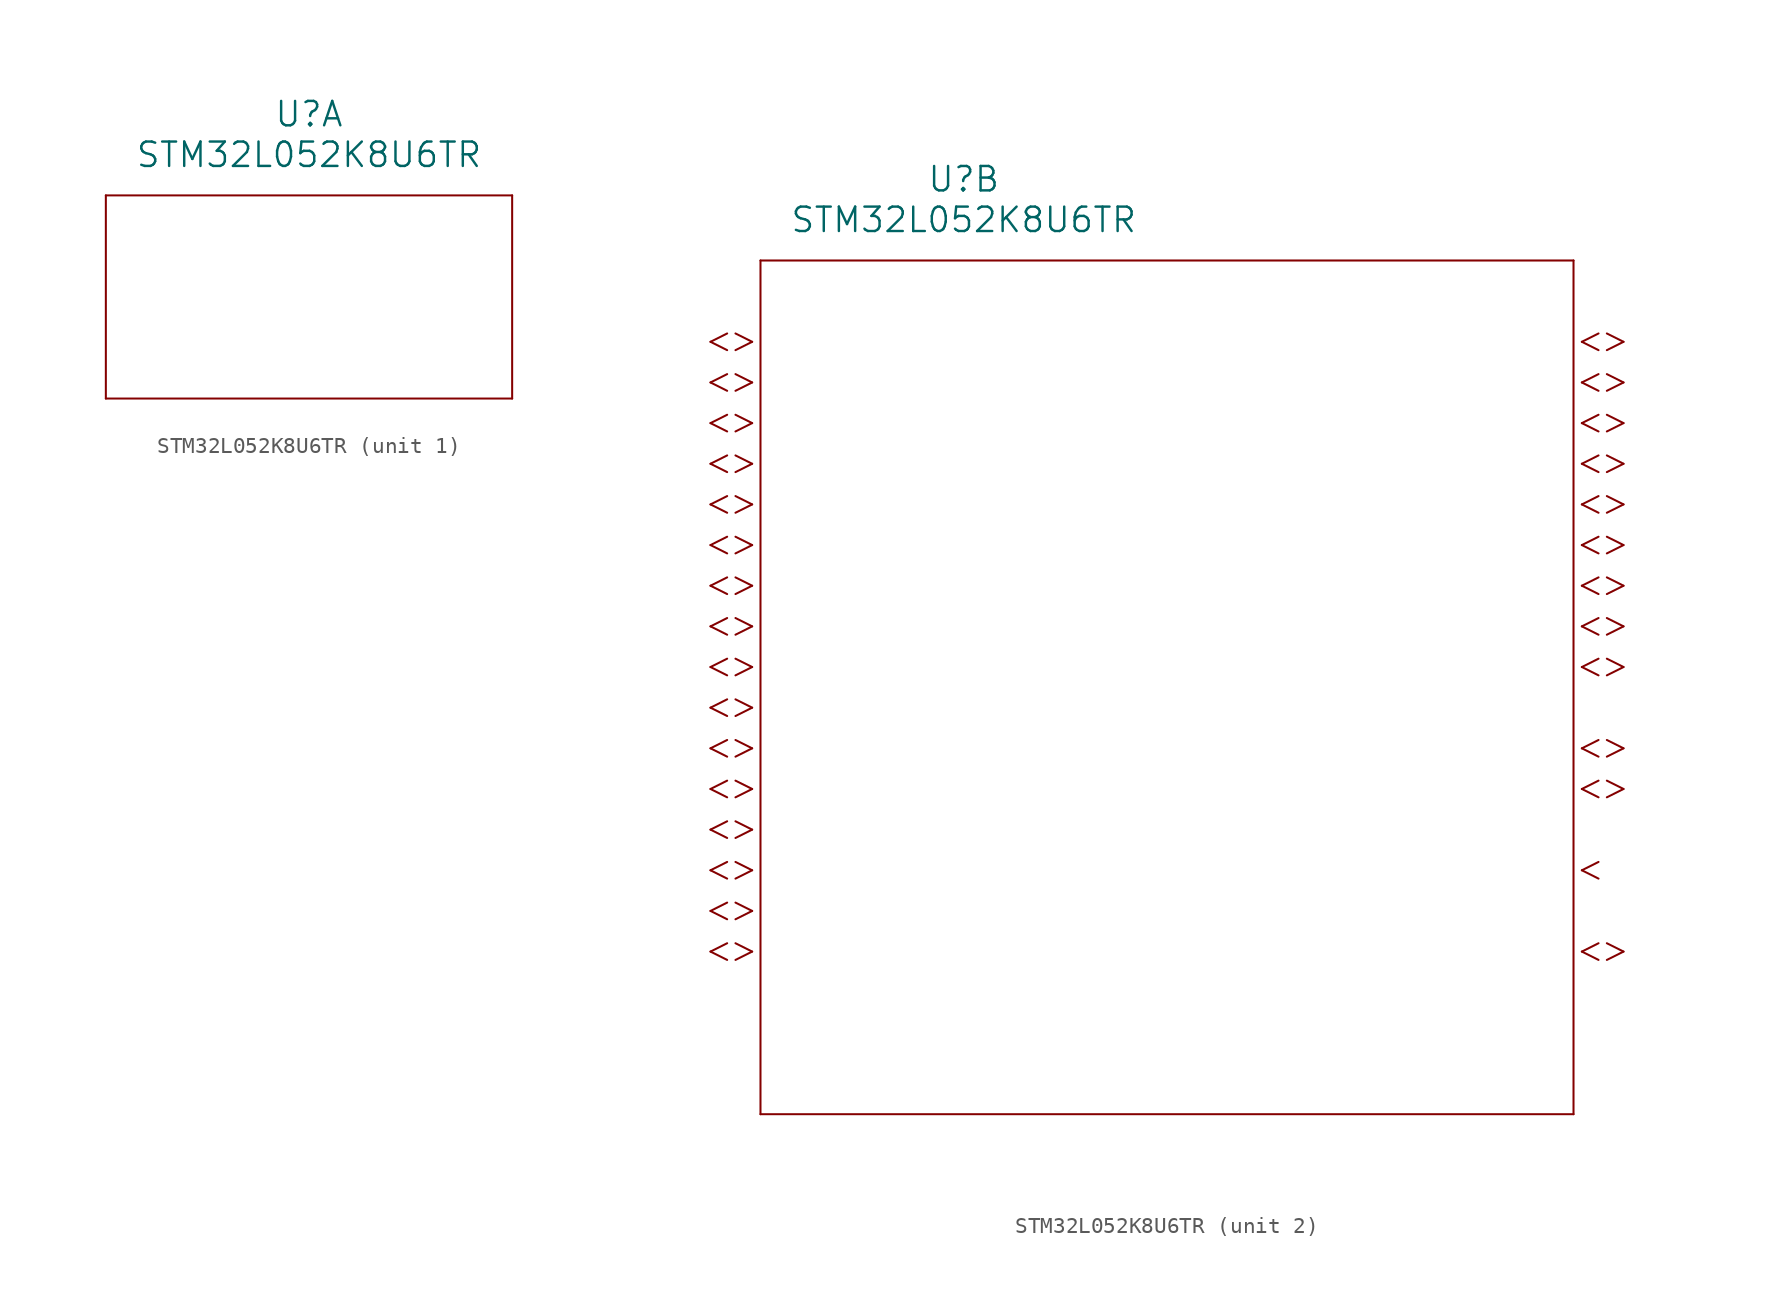
<source format=kicad_sym>
(kicad_symbol_lib
  (version 20211014)
  (generator kicad_symbol_editor)
  (symbol "STM32L052K8U6TR"
    (pin_names
      (offset 0.254))
    (property "Reference" "U"
      (at 20.32 10.16 0)
      (effects (font (size 1.524 1.524))))
    (property "Value" "STM32L052K8U6TR"
      (at 20.32 7.62 0)
      (effects (font (size 1.524 1.524))))
    (symbol "STM32L052K8U6TR_1_1"
      (polyline (pts (xy 7.62 5.08) (xy 7.62 -7.62)) (stroke (width 0.127) (type default) (color 0 0 0 0)) (fill (type none)))
      (polyline (pts (xy 7.62 -7.62) (xy 33.02 -7.62)) (stroke (width 0.127) (type default) (color 0 0 0 0)) (fill (type none)))
      (polyline (pts (xy 33.02 -7.62) (xy 33.02 5.08)) (stroke (width 0.127) (type default) (color 0 0 0 0)) (fill (type none)))
      (polyline (pts (xy 33.02 5.08) (xy 7.62 5.08)) (stroke (width 0.127) (type default) (color 0 0 0 0)) (fill (type none))))
    (symbol "STM32L052K8U6TR_2_1"
      (polyline (pts (xy 7.099 0) (xy 6.058 0.521)) (stroke (width 0.127) (type default) (color 0 0 0 0)) (fill (type none)))
      (polyline (pts (xy 7.099 0) (xy 6.058 -0.521)) (stroke (width 0.127) (type default) (color 0 0 0 0)) (fill (type none)))
      (polyline (pts (xy 5.537 0.521) (xy 4.496 0)) (stroke (width 0.127) (type default) (color 0 0 0 0)) (fill (type none)))
      (polyline (pts (xy 5.537 -0.521) (xy 4.496 0)) (stroke (width 0.127) (type default) (color 0 0 0 0)) (fill (type none)))
      (polyline (pts (xy 7.099 -2.54) (xy 6.058 -2.019)) (stroke (width 0.127) (type default) (color 0 0 0 0)) (fill (type none)))
      (polyline (pts (xy 7.099 -2.54) (xy 6.058 -3.061)) (stroke (width 0.127) (type default) (color 0 0 0 0)) (fill (type none)))
      (polyline (pts (xy 5.537 -2.019) (xy 4.496 -2.54)) (stroke (width 0.127) (type default) (color 0 0 0 0)) (fill (type none)))
      (polyline (pts (xy 5.537 -3.061) (xy 4.496 -2.54)) (stroke (width 0.127) (type default) (color 0 0 0 0)) (fill (type none)))
      (polyline (pts (xy 7.099 -5.08) (xy 6.058 -4.559)) (stroke (width 0.127) (type default) (color 0 0 0 0)) (fill (type none)))
      (polyline (pts (xy 7.099 -5.08) (xy 6.058 -5.601)) (stroke (width 0.127) (type default) (color 0 0 0 0)) (fill (type none)))
      (polyline (pts (xy 5.537 -4.559) (xy 4.496 -5.08)) (stroke (width 0.127) (type default) (color 0 0 0 0)) (fill (type none)))
      (polyline (pts (xy 5.537 -5.601) (xy 4.496 -5.08)) (stroke (width 0.127) (type default) (color 0 0 0 0)) (fill (type none)))
      (polyline (pts (xy 7.099 -7.62) (xy 6.058 -7.099)) (stroke (width 0.127) (type default) (color 0 0 0 0)) (fill (type none)))
      (polyline (pts (xy 7.099 -7.62) (xy 6.058 -8.141)) (stroke (width 0.127) (type default) (color 0 0 0 0)) (fill (type none)))
      (polyline (pts (xy 5.537 -7.099) (xy 4.496 -7.62)) (stroke (width 0.127) (type default) (color 0 0 0 0)) (fill (type none)))
      (polyline (pts (xy 5.537 -8.141) (xy 4.496 -7.62)) (stroke (width 0.127) (type default) (color 0 0 0 0)) (fill (type none)))
      (polyline (pts (xy 7.099 -10.16) (xy 6.058 -9.639)) (stroke (width 0.127) (type default) (color 0 0 0 0)) (fill (type none)))
      (polyline (pts (xy 7.099 -10.16) (xy 6.058 -10.681)) (stroke (width 0.127) (type default) (color 0 0 0 0)) (fill (type none)))
      (polyline (pts (xy 5.537 -9.639) (xy 4.496 -10.16)) (stroke (width 0.127) (type default) (color 0 0 0 0)) (fill (type none)))
      (polyline (pts (xy 5.537 -10.681) (xy 4.496 -10.16)) (stroke (width 0.127) (type default) (color 0 0 0 0)) (fill (type none)))
      (polyline (pts (xy 7.099 -12.7) (xy 6.058 -12.179)) (stroke (width 0.127) (type default) (color 0 0 0 0)) (fill (type none)))
      (polyline (pts (xy 7.099 -12.7) (xy 6.058 -13.221)) (stroke (width 0.127) (type default) (color 0 0 0 0)) (fill (type none)))
      (polyline (pts (xy 5.537 -12.179) (xy 4.496 -12.7)) (stroke (width 0.127) (type default) (color 0 0 0 0)) (fill (type none)))
      (polyline (pts (xy 5.537 -13.221) (xy 4.496 -12.7)) (stroke (width 0.127) (type default) (color 0 0 0 0)) (fill (type none)))
      (polyline (pts (xy 7.099 -15.24) (xy 6.058 -14.719)) (stroke (width 0.127) (type default) (color 0 0 0 0)) (fill (type none)))
      (polyline (pts (xy 7.099 -15.24) (xy 6.058 -15.761)) (stroke (width 0.127) (type default) (color 0 0 0 0)) (fill (type none)))
      (polyline (pts (xy 5.537 -14.719) (xy 4.496 -15.24)) (stroke (width 0.127) (type default) (color 0 0 0 0)) (fill (type none)))
      (polyline (pts (xy 5.537 -15.761) (xy 4.496 -15.24)) (stroke (width 0.127) (type default) (color 0 0 0 0)) (fill (type none)))
      (polyline (pts (xy 7.099 -17.78) (xy 6.058 -17.259)) (stroke (width 0.127) (type default) (color 0 0 0 0)) (fill (type none)))
      (polyline (pts (xy 7.099 -17.78) (xy 6.058 -18.301)) (stroke (width 0.127) (type default) (color 0 0 0 0)) (fill (type none)))
      (polyline (pts (xy 5.537 -17.259) (xy 4.496 -17.78)) (stroke (width 0.127) (type default) (color 0 0 0 0)) (fill (type none)))
      (polyline (pts (xy 5.537 -18.301) (xy 4.496 -17.78)) (stroke (width 0.127) (type default) (color 0 0 0 0)) (fill (type none)))
      (polyline (pts (xy 7.099 -20.32) (xy 6.058 -19.799)) (stroke (width 0.127) (type default) (color 0 0 0 0)) (fill (type none)))
      (polyline (pts (xy 7.099 -20.32) (xy 6.058 -20.841)) (stroke (width 0.127) (type default) (color 0 0 0 0)) (fill (type none)))
      (polyline (pts (xy 5.537 -19.799) (xy 4.496 -20.32)) (stroke (width 0.127) (type default) (color 0 0 0 0)) (fill (type none)))
      (polyline (pts (xy 5.537 -20.841) (xy 4.496 -20.32)) (stroke (width 0.127) (type default) (color 0 0 0 0)) (fill (type none)))
      (polyline (pts (xy 7.099 -22.86) (xy 6.058 -22.339)) (stroke (width 0.127) (type default) (color 0 0 0 0)) (fill (type none)))
      (polyline (pts (xy 7.099 -22.86) (xy 6.058 -23.381)) (stroke (width 0.127) (type default) (color 0 0 0 0)) (fill (type none)))
      (polyline (pts (xy 5.537 -22.339) (xy 4.496 -22.86)) (stroke (width 0.127) (type default) (color 0 0 0 0)) (fill (type none)))
      (polyline (pts (xy 5.537 -23.381) (xy 4.496 -22.86)) (stroke (width 0.127) (type default) (color 0 0 0 0)) (fill (type none)))
      (polyline (pts (xy 7.099 -25.4) (xy 6.058 -24.879)) (stroke (width 0.127) (type default) (color 0 0 0 0)) (fill (type none)))
      (polyline (pts (xy 7.099 -25.4) (xy 6.058 -25.921)) (stroke (width 0.127) (type default) (color 0 0 0 0)) (fill (type none)))
      (polyline (pts (xy 5.537 -24.879) (xy 4.496 -25.4)) (stroke (width 0.127) (type default) (color 0 0 0 0)) (fill (type none)))
      (polyline (pts (xy 5.537 -25.921) (xy 4.496 -25.4)) (stroke (width 0.127) (type default) (color 0 0 0 0)) (fill (type none)))
      (polyline (pts (xy 7.099 -27.94) (xy 6.058 -27.419)) (stroke (width 0.127) (type default) (color 0 0 0 0)) (fill (type none)))
      (polyline (pts (xy 7.099 -27.94) (xy 6.058 -28.461)) (stroke (width 0.127) (type default) (color 0 0 0 0)) (fill (type none)))
      (polyline (pts (xy 5.537 -27.419) (xy 4.496 -27.94)) (stroke (width 0.127) (type default) (color 0 0 0 0)) (fill (type none)))
      (polyline (pts (xy 5.537 -28.461) (xy 4.496 -27.94)) (stroke (width 0.127) (type default) (color 0 0 0 0)) (fill (type none)))
      (polyline (pts (xy 7.099 -30.48) (xy 6.058 -29.959)) (stroke (width 0.127) (type default) (color 0 0 0 0)) (fill (type none)))
      (polyline (pts (xy 7.099 -30.48) (xy 6.058 -31.001)) (stroke (width 0.127) (type default) (color 0 0 0 0)) (fill (type none)))
      (polyline (pts (xy 5.537 -29.959) (xy 4.496 -30.48)) (stroke (width 0.127) (type default) (color 0 0 0 0)) (fill (type none)))
      (polyline (pts (xy 5.537 -31.001) (xy 4.496 -30.48)) (stroke (width 0.127) (type default) (color 0 0 0 0)) (fill (type none)))
      (polyline (pts (xy 7.099 -33.02) (xy 6.058 -32.499)) (stroke (width 0.127) (type default) (color 0 0 0 0)) (fill (type none)))
      (polyline (pts (xy 7.099 -33.02) (xy 6.058 -33.541)) (stroke (width 0.127) (type default) (color 0 0 0 0)) (fill (type none)))
      (polyline (pts (xy 5.537 -32.499) (xy 4.496 -33.02)) (stroke (width 0.127) (type default) (color 0 0 0 0)) (fill (type none)))
      (polyline (pts (xy 5.537 -33.541) (xy 4.496 -33.02)) (stroke (width 0.127) (type default) (color 0 0 0 0)) (fill (type none)))
      (polyline (pts (xy 7.099 -35.56) (xy 6.058 -35.039)) (stroke (width 0.127) (type default) (color 0 0 0 0)) (fill (type none)))
      (polyline (pts (xy 7.099 -35.56) (xy 6.058 -36.081)) (stroke (width 0.127) (type default) (color 0 0 0 0)) (fill (type none)))
      (polyline (pts (xy 5.537 -35.039) (xy 4.496 -35.56)) (stroke (width 0.127) (type default) (color 0 0 0 0)) (fill (type none)))
      (polyline (pts (xy 5.537 -36.081) (xy 4.496 -35.56)) (stroke (width 0.127) (type default) (color 0 0 0 0)) (fill (type none)))
      (polyline (pts (xy 7.099 -38.1) (xy 6.058 -37.579)) (stroke (width 0.127) (type default) (color 0 0 0 0)) (fill (type none)))
      (polyline (pts (xy 7.099 -38.1) (xy 6.058 -38.621)) (stroke (width 0.127) (type default) (color 0 0 0 0)) (fill (type none)))
      (polyline (pts (xy 5.537 -37.579) (xy 4.496 -38.1)) (stroke (width 0.127) (type default) (color 0 0 0 0)) (fill (type none)))
      (polyline (pts (xy 5.537 -38.621) (xy 4.496 -38.1)) (stroke (width 0.127) (type default) (color 0 0 0 0)) (fill (type none)))
      (polyline (pts (xy 58.941 0) (xy 59.982 0.521)) (stroke (width 0.127) (type default) (color 0 0 0 0)) (fill (type none)))
      (polyline (pts (xy 58.941 0) (xy 59.982 -0.521)) (stroke (width 0.127) (type default) (color 0 0 0 0)) (fill (type none)))
      (polyline (pts (xy 60.503 0.521) (xy 61.544 0)) (stroke (width 0.127) (type default) (color 0 0 0 0)) (fill (type none)))
      (polyline (pts (xy 60.503 -0.521) (xy 61.544 0)) (stroke (width 0.127) (type default) (color 0 0 0 0)) (fill (type none)))
      (polyline (pts (xy 58.941 -2.54) (xy 59.982 -2.019)) (stroke (width 0.127) (type default) (color 0 0 0 0)) (fill (type none)))
      (polyline (pts (xy 58.941 -2.54) (xy 59.982 -3.061)) (stroke (width 0.127) (type default) (color 0 0 0 0)) (fill (type none)))
      (polyline (pts (xy 60.503 -2.019) (xy 61.544 -2.54)) (stroke (width 0.127) (type default) (color 0 0 0 0)) (fill (type none)))
      (polyline (pts (xy 60.503 -3.061) (xy 61.544 -2.54)) (stroke (width 0.127) (type default) (color 0 0 0 0)) (fill (type none)))
      (polyline (pts (xy 58.941 -5.08) (xy 59.982 -4.559)) (stroke (width 0.127) (type default) (color 0 0 0 0)) (fill (type none)))
      (polyline (pts (xy 58.941 -5.08) (xy 59.982 -5.601)) (stroke (width 0.127) (type default) (color 0 0 0 0)) (fill (type none)))
      (polyline (pts (xy 60.503 -4.559) (xy 61.544 -5.08)) (stroke (width 0.127) (type default) (color 0 0 0 0)) (fill (type none)))
      (polyline (pts (xy 60.503 -5.601) (xy 61.544 -5.08)) (stroke (width 0.127) (type default) (color 0 0 0 0)) (fill (type none)))
      (polyline (pts (xy 58.941 -7.62) (xy 59.982 -7.099)) (stroke (width 0.127) (type default) (color 0 0 0 0)) (fill (type none)))
      (polyline (pts (xy 58.941 -7.62) (xy 59.982 -8.141)) (stroke (width 0.127) (type default) (color 0 0 0 0)) (fill (type none)))
      (polyline (pts (xy 60.503 -7.099) (xy 61.544 -7.62)) (stroke (width 0.127) (type default) (color 0 0 0 0)) (fill (type none)))
      (polyline (pts (xy 60.503 -8.141) (xy 61.544 -7.62)) (stroke (width 0.127) (type default) (color 0 0 0 0)) (fill (type none)))
      (polyline (pts (xy 58.941 -10.16) (xy 59.982 -9.639)) (stroke (width 0.127) (type default) (color 0 0 0 0)) (fill (type none)))
      (polyline (pts (xy 58.941 -10.16) (xy 59.982 -10.681)) (stroke (width 0.127) (type default) (color 0 0 0 0)) (fill (type none)))
      (polyline (pts (xy 60.503 -9.639) (xy 61.544 -10.16)) (stroke (width 0.127) (type default) (color 0 0 0 0)) (fill (type none)))
      (polyline (pts (xy 60.503 -10.681) (xy 61.544 -10.16)) (stroke (width 0.127) (type default) (color 0 0 0 0)) (fill (type none)))
      (polyline (pts (xy 58.941 -12.7) (xy 59.982 -12.179)) (stroke (width 0.127) (type default) (color 0 0 0 0)) (fill (type none)))
      (polyline (pts (xy 58.941 -12.7) (xy 59.982 -13.221)) (stroke (width 0.127) (type default) (color 0 0 0 0)) (fill (type none)))
      (polyline (pts (xy 60.503 -12.179) (xy 61.544 -12.7)) (stroke (width 0.127) (type default) (color 0 0 0 0)) (fill (type none)))
      (polyline (pts (xy 60.503 -13.221) (xy 61.544 -12.7)) (stroke (width 0.127) (type default) (color 0 0 0 0)) (fill (type none)))
      (polyline (pts (xy 58.941 -15.24) (xy 59.982 -14.719)) (stroke (width 0.127) (type default) (color 0 0 0 0)) (fill (type none)))
      (polyline (pts (xy 58.941 -15.24) (xy 59.982 -15.761)) (stroke (width 0.127) (type default) (color 0 0 0 0)) (fill (type none)))
      (polyline (pts (xy 60.503 -14.719) (xy 61.544 -15.24)) (stroke (width 0.127) (type default) (color 0 0 0 0)) (fill (type none)))
      (polyline (pts (xy 60.503 -15.761) (xy 61.544 -15.24)) (stroke (width 0.127) (type default) (color 0 0 0 0)) (fill (type none)))
      (polyline (pts (xy 58.941 -17.78) (xy 59.982 -17.259)) (stroke (width 0.127) (type default) (color 0 0 0 0)) (fill (type none)))
      (polyline (pts (xy 58.941 -17.78) (xy 59.982 -18.301)) (stroke (width 0.127) (type default) (color 0 0 0 0)) (fill (type none)))
      (polyline (pts (xy 60.503 -17.259) (xy 61.544 -17.78)) (stroke (width 0.127) (type default) (color 0 0 0 0)) (fill (type none)))
      (polyline (pts (xy 60.503 -18.301) (xy 61.544 -17.78)) (stroke (width 0.127) (type default) (color 0 0 0 0)) (fill (type none)))
      (polyline (pts (xy 58.941 -20.32) (xy 59.982 -19.799)) (stroke (width 0.127) (type default) (color 0 0 0 0)) (fill (type none)))
      (polyline (pts (xy 58.941 -20.32) (xy 59.982 -20.841)) (stroke (width 0.127) (type default) (color 0 0 0 0)) (fill (type none)))
      (polyline (pts (xy 60.503 -19.799) (xy 61.544 -20.32)) (stroke (width 0.127) (type default) (color 0 0 0 0)) (fill (type none)))
      (polyline (pts (xy 60.503 -20.841) (xy 61.544 -20.32)) (stroke (width 0.127) (type default) (color 0 0 0 0)) (fill (type none)))
      (polyline (pts (xy 58.941 -25.4) (xy 59.982 -24.879)) (stroke (width 0.127) (type default) (color 0 0 0 0)) (fill (type none)))
      (polyline (pts (xy 58.941 -25.4) (xy 59.982 -25.921)) (stroke (width 0.127) (type default) (color 0 0 0 0)) (fill (type none)))
      (polyline (pts (xy 60.503 -24.879) (xy 61.544 -25.4)) (stroke (width 0.127) (type default) (color 0 0 0 0)) (fill (type none)))
      (polyline (pts (xy 60.503 -25.921) (xy 61.544 -25.4)) (stroke (width 0.127) (type default) (color 0 0 0 0)) (fill (type none)))
      (polyline (pts (xy 58.941 -27.94) (xy 59.982 -27.419)) (stroke (width 0.127) (type default) (color 0 0 0 0)) (fill (type none)))
      (polyline (pts (xy 58.941 -27.94) (xy 59.982 -28.461)) (stroke (width 0.127) (type default) (color 0 0 0 0)) (fill (type none)))
      (polyline (pts (xy 60.503 -27.419) (xy 61.544 -27.94)) (stroke (width 0.127) (type default) (color 0 0 0 0)) (fill (type none)))
      (polyline (pts (xy 60.503 -28.461) (xy 61.544 -27.94)) (stroke (width 0.127) (type default) (color 0 0 0 0)) (fill (type none)))
      (polyline (pts (xy 58.941 -33.02) (xy 59.982 -32.499)) (stroke (width 0.127) (type default) (color 0 0 0 0)) (fill (type none)))
      (polyline (pts (xy 58.941 -33.02) (xy 59.982 -33.541)) (stroke (width 0.127) (type default) (color 0 0 0 0)) (fill (type none)))
      (polyline (pts (xy 58.941 -38.1) (xy 59.982 -37.579)) (stroke (width 0.127) (type default) (color 0 0 0 0)) (fill (type none)))
      (polyline (pts (xy 58.941 -38.1) (xy 59.982 -38.621)) (stroke (width 0.127) (type default) (color 0 0 0 0)) (fill (type none)))
      (polyline (pts (xy 60.503 -37.579) (xy 61.544 -38.1)) (stroke (width 0.127) (type default) (color 0 0 0 0)) (fill (type none)))
      (polyline (pts (xy 60.503 -38.621) (xy 61.544 -38.1)) (stroke (width 0.127) (type default) (color 0 0 0 0)) (fill (type none)))
      (polyline (pts (xy 7.62 5.08) (xy 7.62 -48.26)) (stroke (width 0.127) (type default) (color 0 0 0 0)) (fill (type none)))
      (polyline (pts (xy 7.62 -48.26) (xy 58.42 -48.26)) (stroke (width 0.127) (type default) (color 0 0 0 0)) (fill (type none)))
      (polyline (pts (xy 58.42 -48.26) (xy 58.42 5.08)) (stroke (width 0.127) (type default) (color 0 0 0 0)) (fill (type none)))
      (polyline (pts (xy 58.42 5.08) (xy 7.62 5.08)) (stroke (width 0.127) (type default) (color 0 0 0 0)) (fill (type none))))))
</source>
